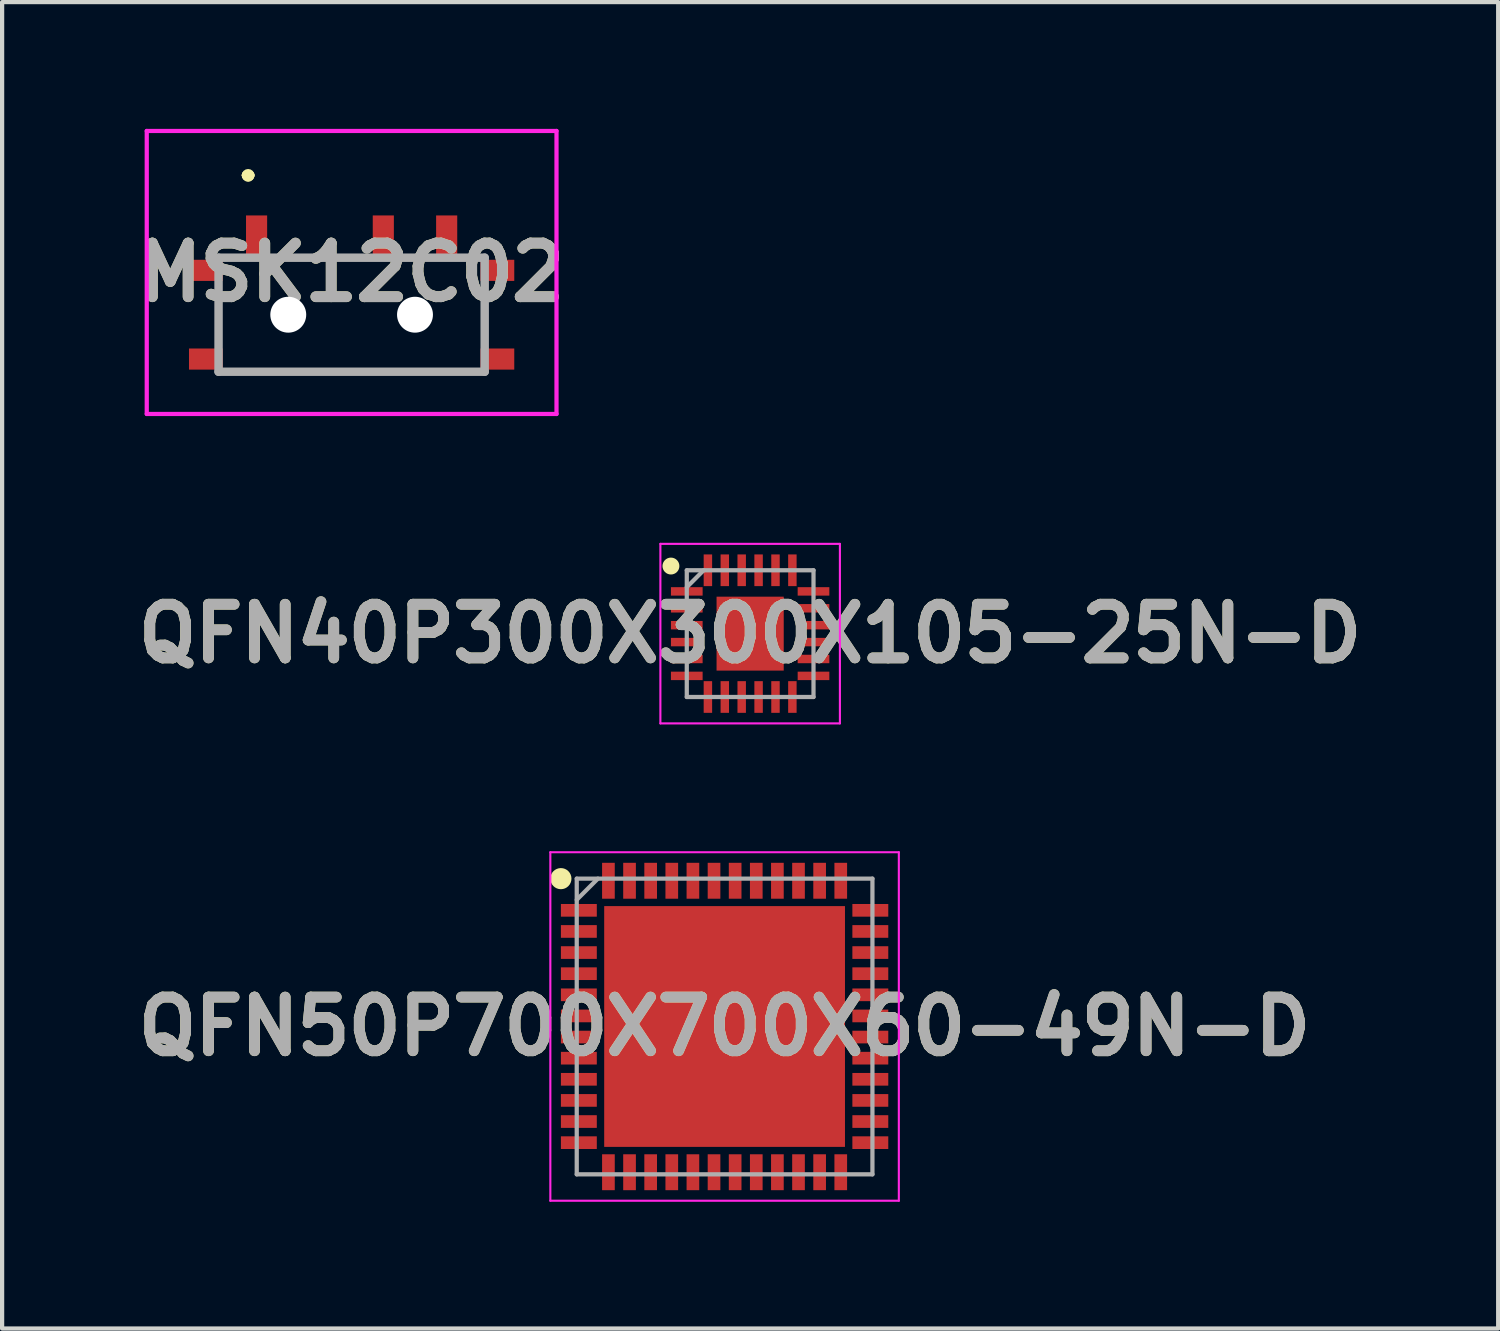
<source format=kicad_pcb>
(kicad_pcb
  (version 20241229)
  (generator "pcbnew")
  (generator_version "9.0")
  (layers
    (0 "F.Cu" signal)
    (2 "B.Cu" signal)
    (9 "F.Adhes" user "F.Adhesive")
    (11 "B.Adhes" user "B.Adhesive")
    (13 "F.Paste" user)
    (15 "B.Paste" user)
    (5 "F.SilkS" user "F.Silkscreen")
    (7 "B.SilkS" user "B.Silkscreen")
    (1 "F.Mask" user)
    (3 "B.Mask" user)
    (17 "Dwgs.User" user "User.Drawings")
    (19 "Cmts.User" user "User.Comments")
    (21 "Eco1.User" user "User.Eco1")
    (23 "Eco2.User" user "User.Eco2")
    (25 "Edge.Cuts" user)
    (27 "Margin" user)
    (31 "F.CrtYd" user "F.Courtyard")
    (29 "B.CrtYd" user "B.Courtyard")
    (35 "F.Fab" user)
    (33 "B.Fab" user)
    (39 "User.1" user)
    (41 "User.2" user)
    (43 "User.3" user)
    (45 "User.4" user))
  (footprint "MSK12C02"
    (layer "F.Cu")
    (at 5.274 4.4)
    (property "Reference" "MSK12C02" (at 0 -1 0) (layer "F.SilkS") (effects (font (size 1.27 1.27) (thickness 0.254))))
    (attr through_hole)
    (fp_line (start -3.15 -0.25) (end -3.15 -0.25) (stroke (width 0.1) (type solid)) (layer "F.SilkS"))
    (fp_line (start -3.15 -0.25) (end -3.15 0.25) (stroke (width 0.1) (type solid)) (layer "F.SilkS"))
    (fp_line (start -3.15 0.25) (end -3.15 -0.25) (stroke (width 0.1) (type solid)) (layer "F.SilkS"))
    (fp_line (start -3.15 0.25) (end -3.15 0.25) (stroke (width 0.1) (type solid)) (layer "F.SilkS"))
    (fp_line (start -2.5 -3.3) (end -2.5 -3.3) (stroke (width 0.2) (type solid)) (layer "F.SilkS"))
    (fp_line (start -2.5 -3.3) (end -2.5 -3.3) (stroke (width 0.2) (type solid)) (layer "F.SilkS"))
    (fp_line (start -2.5 1.35) (end -2.5 1.35) (stroke (width 0.1) (type solid)) (layer "F.SilkS"))
    (fp_line (start -2.5 1.35) (end 2.5 1.35) (stroke (width 0.1) (type solid)) (layer "F.SilkS"))
    (fp_line (start -2.4 -3.3) (end -2.4 -3.3) (stroke (width 0.2) (type solid)) (layer "F.SilkS"))
    (fp_line (start -1.25 -1.35) (end -1.25 -1.35) (stroke (width 0.1) (type solid)) (layer "F.SilkS"))
    (fp_line (start -1.25 -1.35) (end -0.25 -1.35) (stroke (width 0.1) (type solid)) (layer "F.SilkS"))
    (fp_line (start -0.25 -1.35) (end -1.25 -1.35) (stroke (width 0.1) (type solid)) (layer "F.SilkS"))
    (fp_line (start -0.25 -1.35) (end -0.25 -1.35) (stroke (width 0.1) (type solid)) (layer "F.SilkS"))
    (fp_line (start 2.5 1.35) (end -2.5 1.35) (stroke (width 0.1) (type solid)) (layer "F.SilkS"))
    (fp_line (start 2.5 1.35) (end 2.5 1.35) (stroke (width 0.1) (type solid)) (layer "F.SilkS"))
    (fp_line (start 3.15 -0.25) (end 3.15 -0.25) (stroke (width 0.1) (type solid)) (layer "F.SilkS"))
    (fp_line (start 3.15 -0.25) (end 3.15 0.25) (stroke (width 0.1) (type solid)) (layer "F.SilkS"))
    (fp_line (start 3.15 0.25) (end 3.15 -0.25) (stroke (width 0.1) (type solid)) (layer "F.SilkS"))
    (fp_line (start 3.15 0.25) (end 3.15 0.25) (stroke (width 0.1) (type solid)) (layer "F.SilkS"))
    (fp_arc (start -2.5 -3.3) (mid -2.45 -3.35) (end -2.4 -3.3) (stroke (width 0.2) (type solid)) (layer "F.SilkS"))
    (fp_arc (start -2.4 -3.3) (mid -2.45 -3.25) (end -2.5 -3.3) (stroke (width 0.2) (type solid)) (layer "F.SilkS"))
    (fp_arc (start -2.4 -3.3) (mid -2.45 -3.25) (end -2.5 -3.3) (stroke (width 0.2) (type solid)) (layer "F.SilkS"))
    (fp_line (start -4.85 -4.35) (end 4.85 -4.35) (stroke (width 0.1) (type solid)) (layer "F.CrtYd"))
    (fp_line (start -4.85 2.35) (end -4.85 -4.35) (stroke (width 0.1) (type solid)) (layer "F.CrtYd"))
    (fp_line (start 4.85 -4.35) (end 4.85 2.35) (stroke (width 0.1) (type solid)) (layer "F.CrtYd"))
    (fp_line (start 4.85 2.35) (end -4.85 2.35) (stroke (width 0.1) (type solid)) (layer "F.CrtYd"))
    (fp_line (start -3.15 -1.35) (end -3.15 1.35) (stroke (width 0.2) (type solid)) (layer "F.Fab"))
    (fp_line (start -3.15 1.35) (end 3.15 1.35) (stroke (width 0.2) (type solid)) (layer "F.Fab"))
    (fp_line (start 3.15 -1.35) (end -3.15 -1.35) (stroke (width 0.2) (type solid)) (layer "F.Fab"))
    (fp_line (start 3.15 1.35) (end 3.15 -1.35) (stroke (width 0.2) (type solid)) (layer "F.Fab"))
    (fp_text user "${REFERENCE}" (at 0 -1 0) (layer "F.Fab") (effects (font (size 1.27 1.27) (thickness 0.254))))
    (pad "" np_thru_hole circle (at -1.5 0) (size 0.85 0.85) (drill 0.85) (layers "*.Cu" "*.Mask"))
    (pad "" np_thru_hole circle (at 1.5 0) (size 0.85 0.85) (drill 0.85) (layers "*.Cu" "*.Mask"))
    (pad "A1" smd rect (at -2.25 -1.85) (size 0.5 1) (layers "F.Cu" "F.Mask" "F.Paste"))
    (pad "B1" smd rect (at 0.75 -1.85) (size 0.5 1) (layers "F.Cu" "F.Mask" "F.Paste"))
    (pad "C1" smd rect (at 2.25 -1.85) (size 0.5 1) (layers "F.Cu" "F.Mask" "F.Paste"))
    (pad "MP1" smd rect (at 3.45 -1.05 90) (size 0.5 0.8) (layers "F.Cu" "F.Mask" "F.Paste"))
    (pad "MP2" smd rect (at 3.45 1.05 90) (size 0.5 0.8) (layers "F.Cu" "F.Mask" "F.Paste"))
    (pad "MP3" smd rect (at -3.45 1.05 90) (size 0.5 0.8) (layers "F.Cu" "F.Mask" "F.Paste"))
    (pad "MP4" smd rect (at -3.45 -1.05 90) (size 0.5 0.8) (layers "F.Cu" "F.Mask" "F.Paste")))
  (footprint "QFN50P700X700X60-49N-D"
    (layer "F.Cu")
    (at 14.103 21.25)
    (property "Reference" "QFN50P700X700X60-49N-D" (at 0 0 0) (layer "F.SilkS") (effects (font (size 1.27 1.27) (thickness 0.254))))
    (attr smd)
    (fp_circle (center -3.875 -3.5) (end -3.875 -3.375) (stroke (width 0.25) (type solid)) (fill no) (layer "F.SilkS"))
    (fp_line (start -4.125 -4.125) (end 4.125 -4.125) (stroke (width 0.05) (type solid)) (layer "F.CrtYd"))
    (fp_line (start -4.125 4.125) (end -4.125 -4.125) (stroke (width 0.05) (type solid)) (layer "F.CrtYd"))
    (fp_line (start 4.125 -4.125) (end 4.125 4.125) (stroke (width 0.05) (type solid)) (layer "F.CrtYd"))
    (fp_line (start 4.125 4.125) (end -4.125 4.125) (stroke (width 0.05) (type solid)) (layer "F.CrtYd"))
    (fp_line (start -3.5 -3.5) (end 3.5 -3.5) (stroke (width 0.1) (type solid)) (layer "F.Fab"))
    (fp_line (start -3.5 -3) (end -3 -3.5) (stroke (width 0.1) (type solid)) (layer "F.Fab"))
    (fp_line (start -3.5 3.5) (end -3.5 -3.5) (stroke (width 0.1) (type solid)) (layer "F.Fab"))
    (fp_line (start 3.5 -3.5) (end 3.5 3.5) (stroke (width 0.1) (type solid)) (layer "F.Fab"))
    (fp_line (start 3.5 3.5) (end -3.5 3.5) (stroke (width 0.1) (type solid)) (layer "F.Fab"))
    (fp_text user "${REFERENCE}" (at 0 0 0) (layer "F.Fab") (effects (font (size 1.27 1.27) (thickness 0.254))))
    (pad "1" smd rect (at -3.45 -2.75 90) (size 0.3 0.85) (layers "F.Cu" "F.Mask" "F.Paste"))
    (pad "2" smd rect (at -3.45 -2.25 90) (size 0.3 0.85) (layers "F.Cu" "F.Mask" "F.Paste"))
    (pad "3" smd rect (at -3.45 -1.75 90) (size 0.3 0.85) (layers "F.Cu" "F.Mask" "F.Paste"))
    (pad "4" smd rect (at -3.45 -1.25 90) (size 0.3 0.85) (layers "F.Cu" "F.Mask" "F.Paste"))
    (pad "5" smd rect (at -3.45 -0.75 90) (size 0.3 0.85) (layers "F.Cu" "F.Mask" "F.Paste"))
    (pad "6" smd rect (at -3.45 -0.25 90) (size 0.3 0.85) (layers "F.Cu" "F.Mask" "F.Paste"))
    (pad "7" smd rect (at -3.45 0.25 90) (size 0.3 0.85) (layers "F.Cu" "F.Mask" "F.Paste"))
    (pad "8" smd rect (at -3.45 0.75 90) (size 0.3 0.85) (layers "F.Cu" "F.Mask" "F.Paste"))
    (pad "9" smd rect (at -3.45 1.25 90) (size 0.3 0.85) (layers "F.Cu" "F.Mask" "F.Paste"))
    (pad "10" smd rect (at -3.45 1.75 90) (size 0.3 0.85) (layers "F.Cu" "F.Mask" "F.Paste"))
    (pad "11" smd rect (at -3.45 2.25 90) (size 0.3 0.85) (layers "F.Cu" "F.Mask" "F.Paste"))
    (pad "12" smd rect (at -3.45 2.75 90) (size 0.3 0.85) (layers "F.Cu" "F.Mask" "F.Paste"))
    (pad "13" smd rect (at -2.75 3.45) (size 0.3 0.85) (layers "F.Cu" "F.Mask" "F.Paste"))
    (pad "14" smd rect (at -2.25 3.45) (size 0.3 0.85) (layers "F.Cu" "F.Mask" "F.Paste"))
    (pad "15" smd rect (at -1.75 3.45) (size 0.3 0.85) (layers "F.Cu" "F.Mask" "F.Paste"))
    (pad "16" smd rect (at -1.25 3.45) (size 0.3 0.85) (layers "F.Cu" "F.Mask" "F.Paste"))
    (pad "17" smd rect (at -0.75 3.45) (size 0.3 0.85) (layers "F.Cu" "F.Mask" "F.Paste"))
    (pad "18" smd rect (at -0.25 3.45) (size 0.3 0.85) (layers "F.Cu" "F.Mask" "F.Paste"))
    (pad "19" smd rect (at 0.25 3.45) (size 0.3 0.85) (layers "F.Cu" "F.Mask" "F.Paste"))
    (pad "20" smd rect (at 0.75 3.45) (size 0.3 0.85) (layers "F.Cu" "F.Mask" "F.Paste"))
    (pad "21" smd rect (at 1.25 3.45) (size 0.3 0.85) (layers "F.Cu" "F.Mask" "F.Paste"))
    (pad "22" smd rect (at 1.75 3.45) (size 0.3 0.85) (layers "F.Cu" "F.Mask" "F.Paste"))
    (pad "23" smd rect (at 2.25 3.45) (size 0.3 0.85) (layers "F.Cu" "F.Mask" "F.Paste"))
    (pad "24" smd rect (at 2.75 3.45) (size 0.3 0.85) (layers "F.Cu" "F.Mask" "F.Paste"))
    (pad "25" smd rect (at 3.45 2.75 90) (size 0.3 0.85) (layers "F.Cu" "F.Mask" "F.Paste"))
    (pad "26" smd rect (at 3.45 2.25 90) (size 0.3 0.85) (layers "F.Cu" "F.Mask" "F.Paste"))
    (pad "27" smd rect (at 3.45 1.75 90) (size 0.3 0.85) (layers "F.Cu" "F.Mask" "F.Paste"))
    (pad "28" smd rect (at 3.45 1.25 90) (size 0.3 0.85) (layers "F.Cu" "F.Mask" "F.Paste"))
    (pad "29" smd rect (at 3.45 0.75 90) (size 0.3 0.85) (layers "F.Cu" "F.Mask" "F.Paste"))
    (pad "30" smd rect (at 3.45 0.25 90) (size 0.3 0.85) (layers "F.Cu" "F.Mask" "F.Paste"))
    (pad "31" smd rect (at 3.45 -0.25 90) (size 0.3 0.85) (layers "F.Cu" "F.Mask" "F.Paste"))
    (pad "32" smd rect (at 3.45 -0.75 90) (size 0.3 0.85) (layers "F.Cu" "F.Mask" "F.Paste"))
    (pad "33" smd rect (at 3.45 -1.25 90) (size 0.3 0.85) (layers "F.Cu" "F.Mask" "F.Paste"))
    (pad "34" smd rect (at 3.45 -1.75 90) (size 0.3 0.85) (layers "F.Cu" "F.Mask" "F.Paste"))
    (pad "35" smd rect (at 3.45 -2.25 90) (size 0.3 0.85) (layers "F.Cu" "F.Mask" "F.Paste"))
    (pad "36" smd rect (at 3.45 -2.75 90) (size 0.3 0.85) (layers "F.Cu" "F.Mask" "F.Paste"))
    (pad "37" smd rect (at 2.75 -3.45) (size 0.3 0.85) (layers "F.Cu" "F.Mask" "F.Paste"))
    (pad "38" smd rect (at 2.25 -3.45) (size 0.3 0.85) (layers "F.Cu" "F.Mask" "F.Paste"))
    (pad "39" smd rect (at 1.75 -3.45) (size 0.3 0.85) (layers "F.Cu" "F.Mask" "F.Paste"))
    (pad "40" smd rect (at 1.25 -3.45) (size 0.3 0.85) (layers "F.Cu" "F.Mask" "F.Paste"))
    (pad "41" smd rect (at 0.75 -3.45) (size 0.3 0.85) (layers "F.Cu" "F.Mask" "F.Paste"))
    (pad "42" smd rect (at 0.25 -3.45) (size 0.3 0.85) (layers "F.Cu" "F.Mask" "F.Paste"))
    (pad "43" smd rect (at -0.25 -3.45) (size 0.3 0.85) (layers "F.Cu" "F.Mask" "F.Paste"))
    (pad "44" smd rect (at -0.75 -3.45) (size 0.3 0.85) (layers "F.Cu" "F.Mask" "F.Paste"))
    (pad "45" smd rect (at -1.25 -3.45) (size 0.3 0.85) (layers "F.Cu" "F.Mask" "F.Paste"))
    (pad "46" smd rect (at -1.75 -3.45) (size 0.3 0.85) (layers "F.Cu" "F.Mask" "F.Paste"))
    (pad "47" smd rect (at -2.25 -3.45) (size 0.3 0.85) (layers "F.Cu" "F.Mask" "F.Paste"))
    (pad "48" smd rect (at -2.75 -3.45) (size 0.3 0.85) (layers "F.Cu" "F.Mask" "F.Paste"))
    (pad "49" smd rect (at 0 0) (size 5.7 5.7) (layers "F.Cu" "F.Mask" "F.Paste")))
  (footprint "QFN40P300X300X105-25N-D"
    (layer "F.Cu")
    (at 14.708 11.95)
    (property "Reference" "QFN40P300X300X105-25N-D" (at 0 0 0) (layer "F.SilkS") (effects (font (size 1.27 1.27) (thickness 0.254))))
    (attr smd)
    (fp_circle (center -1.875 -1.6) (end -1.875 -1.5) (stroke (width 0.2) (type solid)) (fill no) (layer "F.SilkS"))
    (fp_line (start -2.125 -2.125) (end 2.125 -2.125) (stroke (width 0.05) (type solid)) (layer "F.CrtYd"))
    (fp_line (start -2.125 2.125) (end -2.125 -2.125) (stroke (width 0.05) (type solid)) (layer "F.CrtYd"))
    (fp_line (start 2.125 -2.125) (end 2.125 2.125) (stroke (width 0.05) (type solid)) (layer "F.CrtYd"))
    (fp_line (start 2.125 2.125) (end -2.125 2.125) (stroke (width 0.05) (type solid)) (layer "F.CrtYd"))
    (fp_line (start -1.5 -1.5) (end 1.5 -1.5) (stroke (width 0.1) (type solid)) (layer "F.Fab"))
    (fp_line (start -1.5 -1.1) (end -1.1 -1.5) (stroke (width 0.1) (type solid)) (layer "F.Fab"))
    (fp_line (start -1.5 1.5) (end -1.5 -1.5) (stroke (width 0.1) (type solid)) (layer "F.Fab"))
    (fp_line (start 1.5 -1.5) (end 1.5 1.5) (stroke (width 0.1) (type solid)) (layer "F.Fab"))
    (fp_line (start 1.5 1.5) (end -1.5 1.5) (stroke (width 0.1) (type solid)) (layer "F.Fab"))
    (fp_text user "${REFERENCE}" (at 0 0 0) (layer "F.Fab") (effects (font (size 1.27 1.27) (thickness 0.254))))
    (pad "1" smd rect (at -1.5 -1 90) (size 0.2 0.75) (layers "F.Cu" "F.Mask" "F.Paste"))
    (pad "2" smd rect (at -1.5 -0.6 90) (size 0.2 0.75) (layers "F.Cu" "F.Mask" "F.Paste"))
    (pad "3" smd rect (at -1.5 -0.2 90) (size 0.2 0.75) (layers "F.Cu" "F.Mask" "F.Paste"))
    (pad "4" smd rect (at -1.5 0.2 90) (size 0.2 0.75) (layers "F.Cu" "F.Mask" "F.Paste"))
    (pad "5" smd rect (at -1.5 0.6 90) (size 0.2 0.75) (layers "F.Cu" "F.Mask" "F.Paste"))
    (pad "6" smd rect (at -1.5 1 90) (size 0.2 0.75) (layers "F.Cu" "F.Mask" "F.Paste"))
    (pad "7" smd rect (at -1 1.5) (size 0.2 0.75) (layers "F.Cu" "F.Mask" "F.Paste"))
    (pad "8" smd rect (at -0.6 1.5) (size 0.2 0.75) (layers "F.Cu" "F.Mask" "F.Paste"))
    (pad "9" smd rect (at -0.2 1.5) (size 0.2 0.75) (layers "F.Cu" "F.Mask" "F.Paste"))
    (pad "10" smd rect (at 0.2 1.5) (size 0.2 0.75) (layers "F.Cu" "F.Mask" "F.Paste"))
    (pad "11" smd rect (at 0.6 1.5) (size 0.2 0.75) (layers "F.Cu" "F.Mask" "F.Paste"))
    (pad "12" smd rect (at 1 1.5) (size 0.2 0.75) (layers "F.Cu" "F.Mask" "F.Paste"))
    (pad "13" smd rect (at 1.5 1 90) (size 0.2 0.75) (layers "F.Cu" "F.Mask" "F.Paste"))
    (pad "14" smd rect (at 1.5 0.6 90) (size 0.2 0.75) (layers "F.Cu" "F.Mask" "F.Paste"))
    (pad "15" smd rect (at 1.5 0.2 90) (size 0.2 0.75) (layers "F.Cu" "F.Mask" "F.Paste"))
    (pad "16" smd rect (at 1.5 -0.2 90) (size 0.2 0.75) (layers "F.Cu" "F.Mask" "F.Paste"))
    (pad "17" smd rect (at 1.5 -0.6 90) (size 0.2 0.75) (layers "F.Cu" "F.Mask" "F.Paste"))
    (pad "18" smd rect (at 1.5 -1 90) (size 0.2 0.75) (layers "F.Cu" "F.Mask" "F.Paste"))
    (pad "19" smd rect (at 1 -1.5) (size 0.2 0.75) (layers "F.Cu" "F.Mask" "F.Paste"))
    (pad "20" smd rect (at 0.6 -1.5) (size 0.2 0.75) (layers "F.Cu" "F.Mask" "F.Paste"))
    (pad "21" smd rect (at 0.2 -1.5) (size 0.2 0.75) (layers "F.Cu" "F.Mask" "F.Paste"))
    (pad "22" smd rect (at -0.2 -1.5) (size 0.2 0.75) (layers "F.Cu" "F.Mask" "F.Paste"))
    (pad "23" smd rect (at -0.6 -1.5) (size 0.2 0.75) (layers "F.Cu" "F.Mask" "F.Paste"))
    (pad "24" smd rect (at -1 -1.5) (size 0.2 0.75) (layers "F.Cu" "F.Mask" "F.Paste"))
    (pad "25" smd rect (at 0 0) (size 1.59 1.75) (layers "F.Cu" "F.Mask" "F.Paste")))
  (gr_rect
    (start -3 -3)
    (end 32.416 28.4)
    (stroke (width 0.1) (type default))
    (fill no)
    (layer "Edge.Cuts")))
</source>
